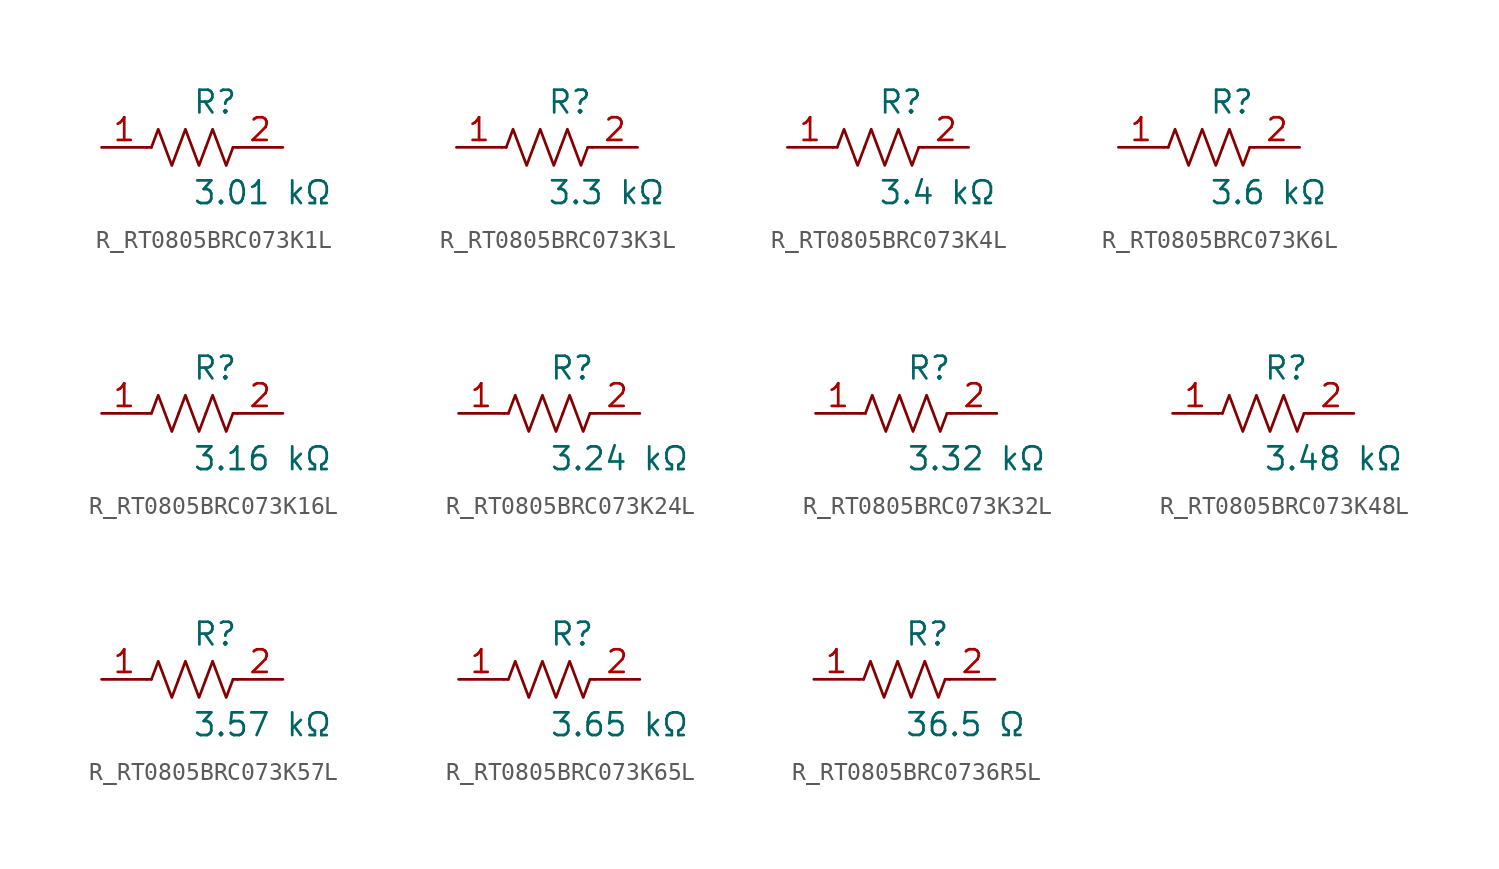
<source format=kicad_sym>
(kicad_symbol_lib
  (version 20231120)
  (generator kicad_symbol_editor)
  (generator_version 8.0)
  (symbol "R_RT0805BRC073K1L"
    (pin_names
      (offset 0.254))
    (property "Reference" "R"
      (at 0.0 2.54 0)
      (effects (font (size 1.27 1.27)) (justify left)))
    (property "Value" "3.01 kΩ"
      (at 0.0 -2.54 0)
      (effects (font (size 1.27 1.27)) (justify left)))
    (symbol "R_RT0805BRC073K1L_0_1"
      (polyline (pts (xy 2.286 0) (xy 2.54 0)) (stroke (width 0) (type default)) (fill (type none)))
      (polyline (pts (xy -2.286 0) (xy -2.54 0)) (stroke (width 0) (type default)) (fill (type none)))
      (polyline (pts (xy 0.762 0) (xy 1.143 1.016) (xy 1.524 0) (xy 1.905 -1.016) (xy 2.286 0)) (stroke (width 0) (type default)) (fill (type none)))
      (polyline (pts (xy -0.762 0) (xy -0.381 1.016) (xy 0 0) (xy 0.381 -1.016) (xy 0.762 0)) (stroke (width 0) (type default)) (fill (type none)))
      (polyline (pts (xy -2.286 0) (xy -1.905 1.016) (xy -1.524 0) (xy -1.143 -1.016) (xy -0.762 0)) (stroke (width 0) (type default)) (fill (type none))))
    (pin unspecified line
      (at -5.08 0 0)
      (length 2.54)
      (name "" (effects (font (size 1.27 1.27))))
      (number "1" (effects (font (size 1.27 1.27)))))
    (pin unspecified line
      (at 5.08 0 180)
      (length 2.54)
      (name "" (effects (font (size 1.27 1.27))))
      (number "2" (effects (font (size 1.27 1.27))))))
  (symbol "R_RT0805BRC073K3L"
    (pin_names
      (offset 0.254))
    (property "Reference" "R"
      (at 0.0 2.54 0)
      (effects (font (size 1.27 1.27)) (justify left)))
    (property "Value" "3.3 kΩ"
      (at 0.0 -2.54 0)
      (effects (font (size 1.27 1.27)) (justify left)))
    (symbol "R_RT0805BRC073K3L_0_1"
      (polyline (pts (xy 2.286 0) (xy 2.54 0)) (stroke (width 0) (type default)) (fill (type none)))
      (polyline (pts (xy -2.286 0) (xy -2.54 0)) (stroke (width 0) (type default)) (fill (type none)))
      (polyline (pts (xy 0.762 0) (xy 1.143 1.016) (xy 1.524 0) (xy 1.905 -1.016) (xy 2.286 0)) (stroke (width 0) (type default)) (fill (type none)))
      (polyline (pts (xy -0.762 0) (xy -0.381 1.016) (xy 0 0) (xy 0.381 -1.016) (xy 0.762 0)) (stroke (width 0) (type default)) (fill (type none)))
      (polyline (pts (xy -2.286 0) (xy -1.905 1.016) (xy -1.524 0) (xy -1.143 -1.016) (xy -0.762 0)) (stroke (width 0) (type default)) (fill (type none))))
    (pin unspecified line
      (at -5.08 0 0)
      (length 2.54)
      (name "" (effects (font (size 1.27 1.27))))
      (number "1" (effects (font (size 1.27 1.27)))))
    (pin unspecified line
      (at 5.08 0 180)
      (length 2.54)
      (name "" (effects (font (size 1.27 1.27))))
      (number "2" (effects (font (size 1.27 1.27))))))
  (symbol "R_RT0805BRC073K4L"
    (pin_names
      (offset 0.254))
    (property "Reference" "R"
      (at 0.0 2.54 0)
      (effects (font (size 1.27 1.27)) (justify left)))
    (property "Value" "3.4 kΩ"
      (at 0.0 -2.54 0)
      (effects (font (size 1.27 1.27)) (justify left)))
    (symbol "R_RT0805BRC073K4L_0_1"
      (polyline (pts (xy 2.286 0) (xy 2.54 0)) (stroke (width 0) (type default)) (fill (type none)))
      (polyline (pts (xy -2.286 0) (xy -2.54 0)) (stroke (width 0) (type default)) (fill (type none)))
      (polyline (pts (xy 0.762 0) (xy 1.143 1.016) (xy 1.524 0) (xy 1.905 -1.016) (xy 2.286 0)) (stroke (width 0) (type default)) (fill (type none)))
      (polyline (pts (xy -0.762 0) (xy -0.381 1.016) (xy 0 0) (xy 0.381 -1.016) (xy 0.762 0)) (stroke (width 0) (type default)) (fill (type none)))
      (polyline (pts (xy -2.286 0) (xy -1.905 1.016) (xy -1.524 0) (xy -1.143 -1.016) (xy -0.762 0)) (stroke (width 0) (type default)) (fill (type none))))
    (pin unspecified line
      (at -5.08 0 0)
      (length 2.54)
      (name "" (effects (font (size 1.27 1.27))))
      (number "1" (effects (font (size 1.27 1.27)))))
    (pin unspecified line
      (at 5.08 0 180)
      (length 2.54)
      (name "" (effects (font (size 1.27 1.27))))
      (number "2" (effects (font (size 1.27 1.27))))))
  (symbol "R_RT0805BRC073K6L"
    (pin_names
      (offset 0.254))
    (property "Reference" "R"
      (at 0.0 2.54 0)
      (effects (font (size 1.27 1.27)) (justify left)))
    (property "Value" "3.6 kΩ"
      (at 0.0 -2.54 0)
      (effects (font (size 1.27 1.27)) (justify left)))
    (symbol "R_RT0805BRC073K6L_0_1"
      (polyline (pts (xy 2.286 0) (xy 2.54 0)) (stroke (width 0) (type default)) (fill (type none)))
      (polyline (pts (xy -2.286 0) (xy -2.54 0)) (stroke (width 0) (type default)) (fill (type none)))
      (polyline (pts (xy 0.762 0) (xy 1.143 1.016) (xy 1.524 0) (xy 1.905 -1.016) (xy 2.286 0)) (stroke (width 0) (type default)) (fill (type none)))
      (polyline (pts (xy -0.762 0) (xy -0.381 1.016) (xy 0 0) (xy 0.381 -1.016) (xy 0.762 0)) (stroke (width 0) (type default)) (fill (type none)))
      (polyline (pts (xy -2.286 0) (xy -1.905 1.016) (xy -1.524 0) (xy -1.143 -1.016) (xy -0.762 0)) (stroke (width 0) (type default)) (fill (type none))))
    (pin unspecified line
      (at -5.08 0 0)
      (length 2.54)
      (name "" (effects (font (size 1.27 1.27))))
      (number "1" (effects (font (size 1.27 1.27)))))
    (pin unspecified line
      (at 5.08 0 180)
      (length 2.54)
      (name "" (effects (font (size 1.27 1.27))))
      (number "2" (effects (font (size 1.27 1.27))))))
  (symbol "R_RT0805BRC073K16L"
    (pin_names
      (offset 0.254))
    (property "Reference" "R"
      (at 0.0 2.54 0)
      (effects (font (size 1.27 1.27)) (justify left)))
    (property "Value" "3.16 kΩ"
      (at 0.0 -2.54 0)
      (effects (font (size 1.27 1.27)) (justify left)))
    (symbol "R_RT0805BRC073K16L_0_1"
      (polyline (pts (xy 2.286 0) (xy 2.54 0)) (stroke (width 0) (type default)) (fill (type none)))
      (polyline (pts (xy -2.286 0) (xy -2.54 0)) (stroke (width 0) (type default)) (fill (type none)))
      (polyline (pts (xy 0.762 0) (xy 1.143 1.016) (xy 1.524 0) (xy 1.905 -1.016) (xy 2.286 0)) (stroke (width 0) (type default)) (fill (type none)))
      (polyline (pts (xy -0.762 0) (xy -0.381 1.016) (xy 0 0) (xy 0.381 -1.016) (xy 0.762 0)) (stroke (width 0) (type default)) (fill (type none)))
      (polyline (pts (xy -2.286 0) (xy -1.905 1.016) (xy -1.524 0) (xy -1.143 -1.016) (xy -0.762 0)) (stroke (width 0) (type default)) (fill (type none))))
    (pin unspecified line
      (at -5.08 0 0)
      (length 2.54)
      (name "" (effects (font (size 1.27 1.27))))
      (number "1" (effects (font (size 1.27 1.27)))))
    (pin unspecified line
      (at 5.08 0 180)
      (length 2.54)
      (name "" (effects (font (size 1.27 1.27))))
      (number "2" (effects (font (size 1.27 1.27))))))
  (symbol "R_RT0805BRC073K24L"
    (pin_names
      (offset 0.254))
    (property "Reference" "R"
      (at 0.0 2.54 0)
      (effects (font (size 1.27 1.27)) (justify left)))
    (property "Value" "3.24 kΩ"
      (at 0.0 -2.54 0)
      (effects (font (size 1.27 1.27)) (justify left)))
    (symbol "R_RT0805BRC073K24L_0_1"
      (polyline (pts (xy 2.286 0) (xy 2.54 0)) (stroke (width 0) (type default)) (fill (type none)))
      (polyline (pts (xy -2.286 0) (xy -2.54 0)) (stroke (width 0) (type default)) (fill (type none)))
      (polyline (pts (xy 0.762 0) (xy 1.143 1.016) (xy 1.524 0) (xy 1.905 -1.016) (xy 2.286 0)) (stroke (width 0) (type default)) (fill (type none)))
      (polyline (pts (xy -0.762 0) (xy -0.381 1.016) (xy 0 0) (xy 0.381 -1.016) (xy 0.762 0)) (stroke (width 0) (type default)) (fill (type none)))
      (polyline (pts (xy -2.286 0) (xy -1.905 1.016) (xy -1.524 0) (xy -1.143 -1.016) (xy -0.762 0)) (stroke (width 0) (type default)) (fill (type none))))
    (pin unspecified line
      (at -5.08 0 0)
      (length 2.54)
      (name "" (effects (font (size 1.27 1.27))))
      (number "1" (effects (font (size 1.27 1.27)))))
    (pin unspecified line
      (at 5.08 0 180)
      (length 2.54)
      (name "" (effects (font (size 1.27 1.27))))
      (number "2" (effects (font (size 1.27 1.27))))))
  (symbol "R_RT0805BRC073K32L"
    (pin_names
      (offset 0.254))
    (property "Reference" "R"
      (at 0.0 2.54 0)
      (effects (font (size 1.27 1.27)) (justify left)))
    (property "Value" "3.32 kΩ"
      (at 0.0 -2.54 0)
      (effects (font (size 1.27 1.27)) (justify left)))
    (symbol "R_RT0805BRC073K32L_0_1"
      (polyline (pts (xy 2.286 0) (xy 2.54 0)) (stroke (width 0) (type default)) (fill (type none)))
      (polyline (pts (xy -2.286 0) (xy -2.54 0)) (stroke (width 0) (type default)) (fill (type none)))
      (polyline (pts (xy 0.762 0) (xy 1.143 1.016) (xy 1.524 0) (xy 1.905 -1.016) (xy 2.286 0)) (stroke (width 0) (type default)) (fill (type none)))
      (polyline (pts (xy -0.762 0) (xy -0.381 1.016) (xy 0 0) (xy 0.381 -1.016) (xy 0.762 0)) (stroke (width 0) (type default)) (fill (type none)))
      (polyline (pts (xy -2.286 0) (xy -1.905 1.016) (xy -1.524 0) (xy -1.143 -1.016) (xy -0.762 0)) (stroke (width 0) (type default)) (fill (type none))))
    (pin unspecified line
      (at -5.08 0 0)
      (length 2.54)
      (name "" (effects (font (size 1.27 1.27))))
      (number "1" (effects (font (size 1.27 1.27)))))
    (pin unspecified line
      (at 5.08 0 180)
      (length 2.54)
      (name "" (effects (font (size 1.27 1.27))))
      (number "2" (effects (font (size 1.27 1.27))))))
  (symbol "R_RT0805BRC073K48L"
    (pin_names
      (offset 0.254))
    (property "Reference" "R"
      (at 0.0 2.54 0)
      (effects (font (size 1.27 1.27)) (justify left)))
    (property "Value" "3.48 kΩ"
      (at 0.0 -2.54 0)
      (effects (font (size 1.27 1.27)) (justify left)))
    (symbol "R_RT0805BRC073K48L_0_1"
      (polyline (pts (xy 2.286 0) (xy 2.54 0)) (stroke (width 0) (type default)) (fill (type none)))
      (polyline (pts (xy -2.286 0) (xy -2.54 0)) (stroke (width 0) (type default)) (fill (type none)))
      (polyline (pts (xy 0.762 0) (xy 1.143 1.016) (xy 1.524 0) (xy 1.905 -1.016) (xy 2.286 0)) (stroke (width 0) (type default)) (fill (type none)))
      (polyline (pts (xy -0.762 0) (xy -0.381 1.016) (xy 0 0) (xy 0.381 -1.016) (xy 0.762 0)) (stroke (width 0) (type default)) (fill (type none)))
      (polyline (pts (xy -2.286 0) (xy -1.905 1.016) (xy -1.524 0) (xy -1.143 -1.016) (xy -0.762 0)) (stroke (width 0) (type default)) (fill (type none))))
    (pin unspecified line
      (at -5.08 0 0)
      (length 2.54)
      (name "" (effects (font (size 1.27 1.27))))
      (number "1" (effects (font (size 1.27 1.27)))))
    (pin unspecified line
      (at 5.08 0 180)
      (length 2.54)
      (name "" (effects (font (size 1.27 1.27))))
      (number "2" (effects (font (size 1.27 1.27))))))
  (symbol "R_RT0805BRC073K57L"
    (pin_names
      (offset 0.254))
    (property "Reference" "R"
      (at 0.0 2.54 0)
      (effects (font (size 1.27 1.27)) (justify left)))
    (property "Value" "3.57 kΩ"
      (at 0.0 -2.54 0)
      (effects (font (size 1.27 1.27)) (justify left)))
    (symbol "R_RT0805BRC073K57L_0_1"
      (polyline (pts (xy 2.286 0) (xy 2.54 0)) (stroke (width 0) (type default)) (fill (type none)))
      (polyline (pts (xy -2.286 0) (xy -2.54 0)) (stroke (width 0) (type default)) (fill (type none)))
      (polyline (pts (xy 0.762 0) (xy 1.143 1.016) (xy 1.524 0) (xy 1.905 -1.016) (xy 2.286 0)) (stroke (width 0) (type default)) (fill (type none)))
      (polyline (pts (xy -0.762 0) (xy -0.381 1.016) (xy 0 0) (xy 0.381 -1.016) (xy 0.762 0)) (stroke (width 0) (type default)) (fill (type none)))
      (polyline (pts (xy -2.286 0) (xy -1.905 1.016) (xy -1.524 0) (xy -1.143 -1.016) (xy -0.762 0)) (stroke (width 0) (type default)) (fill (type none))))
    (pin unspecified line
      (at -5.08 0 0)
      (length 2.54)
      (name "" (effects (font (size 1.27 1.27))))
      (number "1" (effects (font (size 1.27 1.27)))))
    (pin unspecified line
      (at 5.08 0 180)
      (length 2.54)
      (name "" (effects (font (size 1.27 1.27))))
      (number "2" (effects (font (size 1.27 1.27))))))
  (symbol "R_RT0805BRC073K65L"
    (pin_names
      (offset 0.254))
    (property "Reference" "R"
      (at 0.0 2.54 0)
      (effects (font (size 1.27 1.27)) (justify left)))
    (property "Value" "3.65 kΩ"
      (at 0.0 -2.54 0)
      (effects (font (size 1.27 1.27)) (justify left)))
    (symbol "R_RT0805BRC073K65L_0_1"
      (polyline (pts (xy 2.286 0) (xy 2.54 0)) (stroke (width 0) (type default)) (fill (type none)))
      (polyline (pts (xy -2.286 0) (xy -2.54 0)) (stroke (width 0) (type default)) (fill (type none)))
      (polyline (pts (xy 0.762 0) (xy 1.143 1.016) (xy 1.524 0) (xy 1.905 -1.016) (xy 2.286 0)) (stroke (width 0) (type default)) (fill (type none)))
      (polyline (pts (xy -0.762 0) (xy -0.381 1.016) (xy 0 0) (xy 0.381 -1.016) (xy 0.762 0)) (stroke (width 0) (type default)) (fill (type none)))
      (polyline (pts (xy -2.286 0) (xy -1.905 1.016) (xy -1.524 0) (xy -1.143 -1.016) (xy -0.762 0)) (stroke (width 0) (type default)) (fill (type none))))
    (pin unspecified line
      (at -5.08 0 0)
      (length 2.54)
      (name "" (effects (font (size 1.27 1.27))))
      (number "1" (effects (font (size 1.27 1.27)))))
    (pin unspecified line
      (at 5.08 0 180)
      (length 2.54)
      (name "" (effects (font (size 1.27 1.27))))
      (number "2" (effects (font (size 1.27 1.27))))))
  (symbol "R_RT0805BRC0736R5L"
    (pin_names
      (offset 0.254))
    (property "Reference" "R"
      (at 0.0 2.54 0)
      (effects (font (size 1.27 1.27)) (justify left)))
    (property "Value" "36.5 Ω"
      (at 0.0 -2.54 0)
      (effects (font (size 1.27 1.27)) (justify left)))
    (symbol "R_RT0805BRC0736R5L_0_1"
      (polyline (pts (xy 2.286 0) (xy 2.54 0)) (stroke (width 0) (type default)) (fill (type none)))
      (polyline (pts (xy -2.286 0) (xy -2.54 0)) (stroke (width 0) (type default)) (fill (type none)))
      (polyline (pts (xy 0.762 0) (xy 1.143 1.016) (xy 1.524 0) (xy 1.905 -1.016) (xy 2.286 0)) (stroke (width 0) (type default)) (fill (type none)))
      (polyline (pts (xy -0.762 0) (xy -0.381 1.016) (xy 0 0) (xy 0.381 -1.016) (xy 0.762 0)) (stroke (width 0) (type default)) (fill (type none)))
      (polyline (pts (xy -2.286 0) (xy -1.905 1.016) (xy -1.524 0) (xy -1.143 -1.016) (xy -0.762 0)) (stroke (width 0) (type default)) (fill (type none))))
    (pin unspecified line
      (at -5.08 0 0)
      (length 2.54)
      (name "" (effects (font (size 1.27 1.27))))
      (number "1" (effects (font (size 1.27 1.27)))))
    (pin unspecified line
      (at 5.08 0 180)
      (length 2.54)
      (name "" (effects (font (size 1.27 1.27))))
      (number "2" (effects (font (size 1.27 1.27)))))))
</source>
